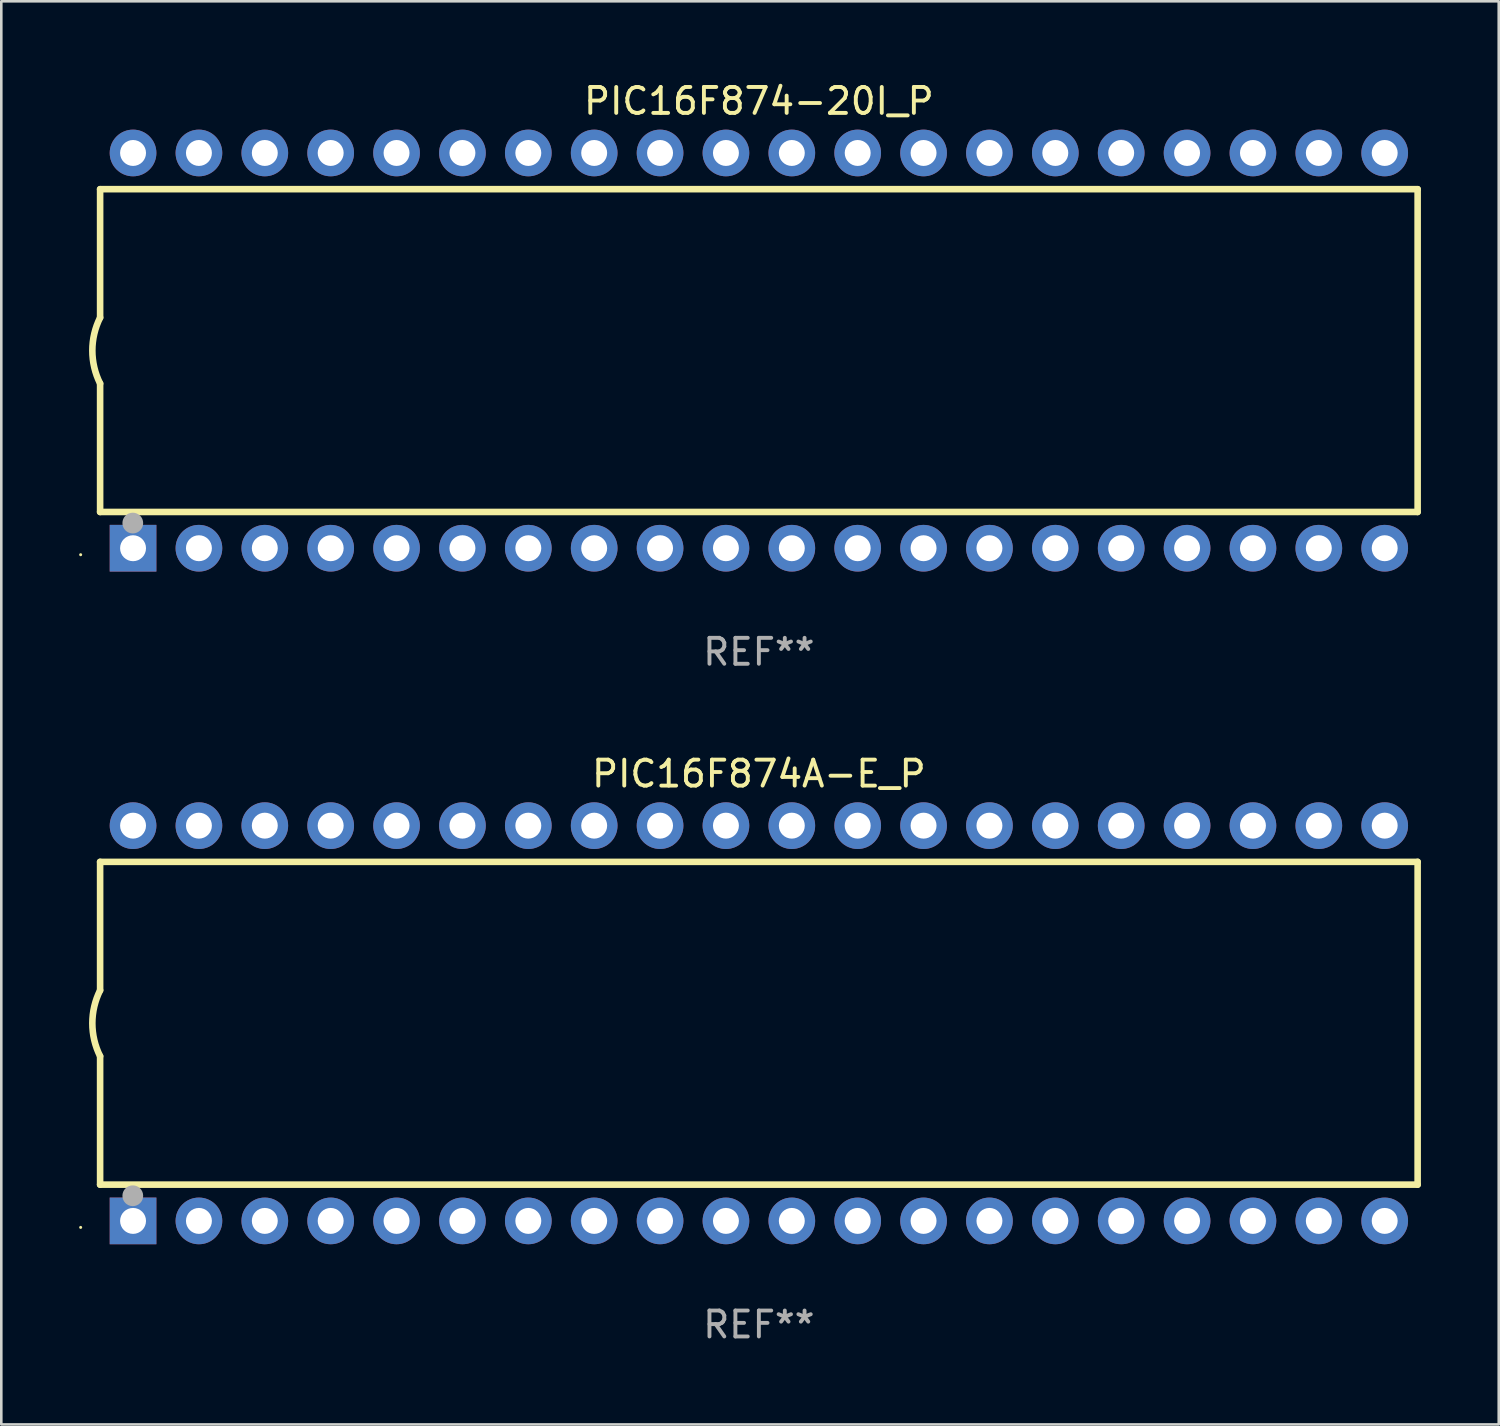
<source format=kicad_pcb>
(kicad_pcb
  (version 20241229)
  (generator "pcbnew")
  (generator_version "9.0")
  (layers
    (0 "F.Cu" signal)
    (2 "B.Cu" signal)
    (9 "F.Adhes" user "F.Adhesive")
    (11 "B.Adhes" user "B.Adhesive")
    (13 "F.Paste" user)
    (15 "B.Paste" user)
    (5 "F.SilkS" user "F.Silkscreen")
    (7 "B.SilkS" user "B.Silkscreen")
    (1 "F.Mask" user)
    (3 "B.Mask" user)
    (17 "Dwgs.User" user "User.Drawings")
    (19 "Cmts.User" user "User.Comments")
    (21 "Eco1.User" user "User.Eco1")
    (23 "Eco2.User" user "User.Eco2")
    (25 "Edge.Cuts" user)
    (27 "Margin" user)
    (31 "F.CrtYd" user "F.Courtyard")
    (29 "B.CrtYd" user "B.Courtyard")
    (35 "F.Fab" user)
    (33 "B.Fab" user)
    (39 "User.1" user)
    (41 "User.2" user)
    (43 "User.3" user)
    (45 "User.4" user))
  (footprint "PIC16F874-20I_P"
    (layer "F.Cu")
    (at 26.21 10.468)
    (property "Reference" "PIC16F874-20I_P" (at 0 -9.62 0) (layer "F.SilkS") (effects (font (size 1 1) (thickness 0.15))))
    (attr through_hole)
    (fp_line (start -25.4 -6.224) (end -25.4 -1.271) (stroke (width 0.254) (type solid)) (layer "F.SilkS"))
    (fp_line (start -25.4 -6.224) (end 25.4 -6.224) (stroke (width 0.254) (type solid)) (layer "F.SilkS"))
    (fp_line (start -25.4 1.269) (end -25.4 6.222) (stroke (width 0.254) (type solid)) (layer "F.SilkS"))
    (fp_line (start -25.4 6.222) (end 25.4 6.222) (stroke (width 0.254) (type solid)) (layer "F.SilkS"))
    (fp_line (start 25.4 6.222) (end 25.4 -6.224) (stroke (width 0.254) (type solid)) (layer "F.SilkS"))
    (fp_arc (start -25.4 1.269241) (mid -25.699807 -0.000762) (end -25.4 -1.270765) (stroke (width 0.254001) (type solid)) (layer "F.SilkS"))
    (fp_circle (center -26.15 7.87) (end -26.12 7.87) (stroke (width 0.06) (type solid)) (fill no) (layer "F.SilkS"))
    (fp_circle (center -24.14 6.65) (end -23.94 6.65) (stroke (width 0.4) (type solid)) (fill no) (layer "F.Fab"))
    (fp_text user "REF**" (at 0 11.62 0) (layer "F.Fab") (effects (font (size 1 1) (thickness 0.15))))
    (pad "1" thru_hole rect (at -24.13 7.62 90) (size 1.8 1.8) (drill 1) (layers "*.Cu" "*.Mask"))
    (pad "2" thru_hole circle (at -21.59 7.62) (size 1.8 1.8) (drill 1) (layers "*.Cu" "*.Mask"))
    (pad "3" thru_hole circle (at -19.05 7.62) (size 1.8 1.8) (drill 1) (layers "*.Cu" "*.Mask"))
    (pad "4" thru_hole circle (at -16.51 7.62) (size 1.8 1.8) (drill 1) (layers "*.Cu" "*.Mask"))
    (pad "5" thru_hole circle (at -13.97 7.62) (size 1.8 1.8) (drill 1) (layers "*.Cu" "*.Mask"))
    (pad "6" thru_hole circle (at -11.43 7.62) (size 1.8 1.8) (drill 1) (layers "*.Cu" "*.Mask"))
    (pad "7" thru_hole circle (at -8.89 7.62) (size 1.8 1.8) (drill 1) (layers "*.Cu" "*.Mask"))
    (pad "8" thru_hole circle (at -6.35 7.62) (size 1.8 1.8) (drill 1) (layers "*.Cu" "*.Mask"))
    (pad "9" thru_hole circle (at -3.81 7.62) (size 1.8 1.8) (drill 1) (layers "*.Cu" "*.Mask"))
    (pad "10" thru_hole circle (at -1.27 7.62) (size 1.8 1.8) (drill 1) (layers "*.Cu" "*.Mask"))
    (pad "11" thru_hole circle (at 1.27 7.62) (size 1.8 1.8) (drill 1) (layers "*.Cu" "*.Mask"))
    (pad "12" thru_hole circle (at 3.81 7.62) (size 1.8 1.8) (drill 1) (layers "*.Cu" "*.Mask"))
    (pad "13" thru_hole circle (at 6.35 7.62) (size 1.8 1.8) (drill 1) (layers "*.Cu" "*.Mask"))
    (pad "14" thru_hole circle (at 8.89 7.62) (size 1.8 1.8) (drill 1) (layers "*.Cu" "*.Mask"))
    (pad "15" thru_hole circle (at 11.43 7.62) (size 1.8 1.8) (drill 1) (layers "*.Cu" "*.Mask"))
    (pad "16" thru_hole circle (at 13.97 7.62) (size 1.8 1.8) (drill 1) (layers "*.Cu" "*.Mask"))
    (pad "17" thru_hole circle (at 16.51 7.62) (size 1.8 1.8) (drill 1) (layers "*.Cu" "*.Mask"))
    (pad "18" thru_hole circle (at 19.05 7.62) (size 1.8 1.8) (drill 1) (layers "*.Cu" "*.Mask"))
    (pad "19" thru_hole circle (at 21.59 7.62) (size 1.8 1.8) (drill 1) (layers "*.Cu" "*.Mask"))
    (pad "20" thru_hole circle (at 24.13 7.62) (size 1.8 1.8) (drill 1) (layers "*.Cu" "*.Mask"))
    (pad "21" thru_hole circle (at 24.13 -7.62) (size 1.8 1.8) (drill 1) (layers "*.Cu" "*.Mask"))
    (pad "22" thru_hole circle (at 21.59 -7.62) (size 1.8 1.8) (drill 1) (layers "*.Cu" "*.Mask"))
    (pad "23" thru_hole circle (at 19.05 -7.62) (size 1.8 1.8) (drill 1) (layers "*.Cu" "*.Mask"))
    (pad "24" thru_hole circle (at 16.51 -7.62) (size 1.8 1.8) (drill 1) (layers "*.Cu" "*.Mask"))
    (pad "25" thru_hole circle (at 13.97 -7.62) (size 1.8 1.8) (drill 1) (layers "*.Cu" "*.Mask"))
    (pad "26" thru_hole circle (at 11.43 -7.62) (size 1.8 1.8) (drill 1) (layers "*.Cu" "*.Mask"))
    (pad "27" thru_hole circle (at 8.89 -7.62) (size 1.8 1.8) (drill 1) (layers "*.Cu" "*.Mask"))
    (pad "28" thru_hole circle (at 6.35 -7.62) (size 1.8 1.8) (drill 1) (layers "*.Cu" "*.Mask"))
    (pad "29" thru_hole circle (at 3.81 -7.62) (size 1.8 1.8) (drill 1) (layers "*.Cu" "*.Mask"))
    (pad "30" thru_hole circle (at 1.27 -7.62) (size 1.8 1.8) (drill 1) (layers "*.Cu" "*.Mask"))
    (pad "31" thru_hole circle (at -1.27 -7.62) (size 1.8 1.8) (drill 1) (layers "*.Cu" "*.Mask"))
    (pad "32" thru_hole circle (at -3.81 -7.62) (size 1.8 1.8) (drill 1) (layers "*.Cu" "*.Mask"))
    (pad "33" thru_hole circle (at -6.35 -7.62) (size 1.8 1.8) (drill 1) (layers "*.Cu" "*.Mask"))
    (pad "34" thru_hole circle (at -8.89 -7.62) (size 1.8 1.8) (drill 1) (layers "*.Cu" "*.Mask"))
    (pad "35" thru_hole circle (at -11.43 -7.62) (size 1.8 1.8) (drill 1) (layers "*.Cu" "*.Mask"))
    (pad "36" thru_hole circle (at -13.97 -7.62) (size 1.8 1.8) (drill 1) (layers "*.Cu" "*.Mask"))
    (pad "37" thru_hole circle (at -16.51 -7.62) (size 1.8 1.8) (drill 1) (layers "*.Cu" "*.Mask"))
    (pad "38" thru_hole circle (at -19.05 -7.62) (size 1.8 1.8) (drill 1) (layers "*.Cu" "*.Mask"))
    (pad "39" thru_hole circle (at -21.59 -7.62) (size 1.8 1.8) (drill 1) (layers "*.Cu" "*.Mask"))
    (pad "40" thru_hole circle (at -24.13 -7.62) (size 1.8 1.8) (drill 1) (layers "*.Cu" "*.Mask")))
  (footprint "PIC16F874A-E_P"
    (layer "F.Cu")
    (at 26.21 36.405)
    (property "Reference" "PIC16F874A-E_P" (at 0 -9.62 0) (layer "F.SilkS") (effects (font (size 1 1) (thickness 0.15))))
    (attr through_hole)
    (fp_line (start -25.4 -6.224) (end -25.4 -1.271) (stroke (width 0.254) (type solid)) (layer "F.SilkS"))
    (fp_line (start -25.4 -6.224) (end 25.4 -6.224) (stroke (width 0.254) (type solid)) (layer "F.SilkS"))
    (fp_line (start -25.4 1.269) (end -25.4 6.222) (stroke (width 0.254) (type solid)) (layer "F.SilkS"))
    (fp_line (start -25.4 6.222) (end 25.4 6.222) (stroke (width 0.254) (type solid)) (layer "F.SilkS"))
    (fp_line (start 25.4 6.222) (end 25.4 -6.224) (stroke (width 0.254) (type solid)) (layer "F.SilkS"))
    (fp_arc (start -25.4 1.269241) (mid -25.699807 -0.000762) (end -25.4 -1.270765) (stroke (width 0.254001) (type solid)) (layer "F.SilkS"))
    (fp_circle (center -26.15 7.87) (end -26.12 7.87) (stroke (width 0.06) (type solid)) (fill no) (layer "F.SilkS"))
    (fp_circle (center -24.14 6.65) (end -23.94 6.65) (stroke (width 0.4) (type solid)) (fill no) (layer "F.Fab"))
    (fp_text user "REF**" (at 0 11.62 0) (layer "F.Fab") (effects (font (size 1 1) (thickness 0.15))))
    (pad "1" thru_hole rect (at -24.13 7.62 90) (size 1.8 1.8) (drill 1) (layers "*.Cu" "*.Mask"))
    (pad "2" thru_hole circle (at -21.59 7.62) (size 1.8 1.8) (drill 1) (layers "*.Cu" "*.Mask"))
    (pad "3" thru_hole circle (at -19.05 7.62) (size 1.8 1.8) (drill 1) (layers "*.Cu" "*.Mask"))
    (pad "4" thru_hole circle (at -16.51 7.62) (size 1.8 1.8) (drill 1) (layers "*.Cu" "*.Mask"))
    (pad "5" thru_hole circle (at -13.97 7.62) (size 1.8 1.8) (drill 1) (layers "*.Cu" "*.Mask"))
    (pad "6" thru_hole circle (at -11.43 7.62) (size 1.8 1.8) (drill 1) (layers "*.Cu" "*.Mask"))
    (pad "7" thru_hole circle (at -8.89 7.62) (size 1.8 1.8) (drill 1) (layers "*.Cu" "*.Mask"))
    (pad "8" thru_hole circle (at -6.35 7.62) (size 1.8 1.8) (drill 1) (layers "*.Cu" "*.Mask"))
    (pad "9" thru_hole circle (at -3.81 7.62) (size 1.8 1.8) (drill 1) (layers "*.Cu" "*.Mask"))
    (pad "10" thru_hole circle (at -1.27 7.62) (size 1.8 1.8) (drill 1) (layers "*.Cu" "*.Mask"))
    (pad "11" thru_hole circle (at 1.27 7.62) (size 1.8 1.8) (drill 1) (layers "*.Cu" "*.Mask"))
    (pad "12" thru_hole circle (at 3.81 7.62) (size 1.8 1.8) (drill 1) (layers "*.Cu" "*.Mask"))
    (pad "13" thru_hole circle (at 6.35 7.62) (size 1.8 1.8) (drill 1) (layers "*.Cu" "*.Mask"))
    (pad "14" thru_hole circle (at 8.89 7.62) (size 1.8 1.8) (drill 1) (layers "*.Cu" "*.Mask"))
    (pad "15" thru_hole circle (at 11.43 7.62) (size 1.8 1.8) (drill 1) (layers "*.Cu" "*.Mask"))
    (pad "16" thru_hole circle (at 13.97 7.62) (size 1.8 1.8) (drill 1) (layers "*.Cu" "*.Mask"))
    (pad "17" thru_hole circle (at 16.51 7.62) (size 1.8 1.8) (drill 1) (layers "*.Cu" "*.Mask"))
    (pad "18" thru_hole circle (at 19.05 7.62) (size 1.8 1.8) (drill 1) (layers "*.Cu" "*.Mask"))
    (pad "19" thru_hole circle (at 21.59 7.62) (size 1.8 1.8) (drill 1) (layers "*.Cu" "*.Mask"))
    (pad "20" thru_hole circle (at 24.13 7.62) (size 1.8 1.8) (drill 1) (layers "*.Cu" "*.Mask"))
    (pad "21" thru_hole circle (at 24.13 -7.62) (size 1.8 1.8) (drill 1) (layers "*.Cu" "*.Mask"))
    (pad "22" thru_hole circle (at 21.59 -7.62) (size 1.8 1.8) (drill 1) (layers "*.Cu" "*.Mask"))
    (pad "23" thru_hole circle (at 19.05 -7.62) (size 1.8 1.8) (drill 1) (layers "*.Cu" "*.Mask"))
    (pad "24" thru_hole circle (at 16.51 -7.62) (size 1.8 1.8) (drill 1) (layers "*.Cu" "*.Mask"))
    (pad "25" thru_hole circle (at 13.97 -7.62) (size 1.8 1.8) (drill 1) (layers "*.Cu" "*.Mask"))
    (pad "26" thru_hole circle (at 11.43 -7.62) (size 1.8 1.8) (drill 1) (layers "*.Cu" "*.Mask"))
    (pad "27" thru_hole circle (at 8.89 -7.62) (size 1.8 1.8) (drill 1) (layers "*.Cu" "*.Mask"))
    (pad "28" thru_hole circle (at 6.35 -7.62) (size 1.8 1.8) (drill 1) (layers "*.Cu" "*.Mask"))
    (pad "29" thru_hole circle (at 3.81 -7.62) (size 1.8 1.8) (drill 1) (layers "*.Cu" "*.Mask"))
    (pad "30" thru_hole circle (at 1.27 -7.62) (size 1.8 1.8) (drill 1) (layers "*.Cu" "*.Mask"))
    (pad "31" thru_hole circle (at -1.27 -7.62) (size 1.8 1.8) (drill 1) (layers "*.Cu" "*.Mask"))
    (pad "32" thru_hole circle (at -3.81 -7.62) (size 1.8 1.8) (drill 1) (layers "*.Cu" "*.Mask"))
    (pad "33" thru_hole circle (at -6.35 -7.62) (size 1.8 1.8) (drill 1) (layers "*.Cu" "*.Mask"))
    (pad "34" thru_hole circle (at -8.89 -7.62) (size 1.8 1.8) (drill 1) (layers "*.Cu" "*.Mask"))
    (pad "35" thru_hole circle (at -11.43 -7.62) (size 1.8 1.8) (drill 1) (layers "*.Cu" "*.Mask"))
    (pad "36" thru_hole circle (at -13.97 -7.62) (size 1.8 1.8) (drill 1) (layers "*.Cu" "*.Mask"))
    (pad "37" thru_hole circle (at -16.51 -7.62) (size 1.8 1.8) (drill 1) (layers "*.Cu" "*.Mask"))
    (pad "38" thru_hole circle (at -19.05 -7.62) (size 1.8 1.8) (drill 1) (layers "*.Cu" "*.Mask"))
    (pad "39" thru_hole circle (at -21.59 -7.62) (size 1.8 1.8) (drill 1) (layers "*.Cu" "*.Mask"))
    (pad "40" thru_hole circle (at -24.13 -7.62) (size 1.8 1.8) (drill 1) (layers "*.Cu" "*.Mask")))
  (gr_rect
    (start -3 -3)
    (end 54.737 51.873)
    (stroke (width 0.1) (type default))
    (fill no)
    (layer "Edge.Cuts")))
</source>
